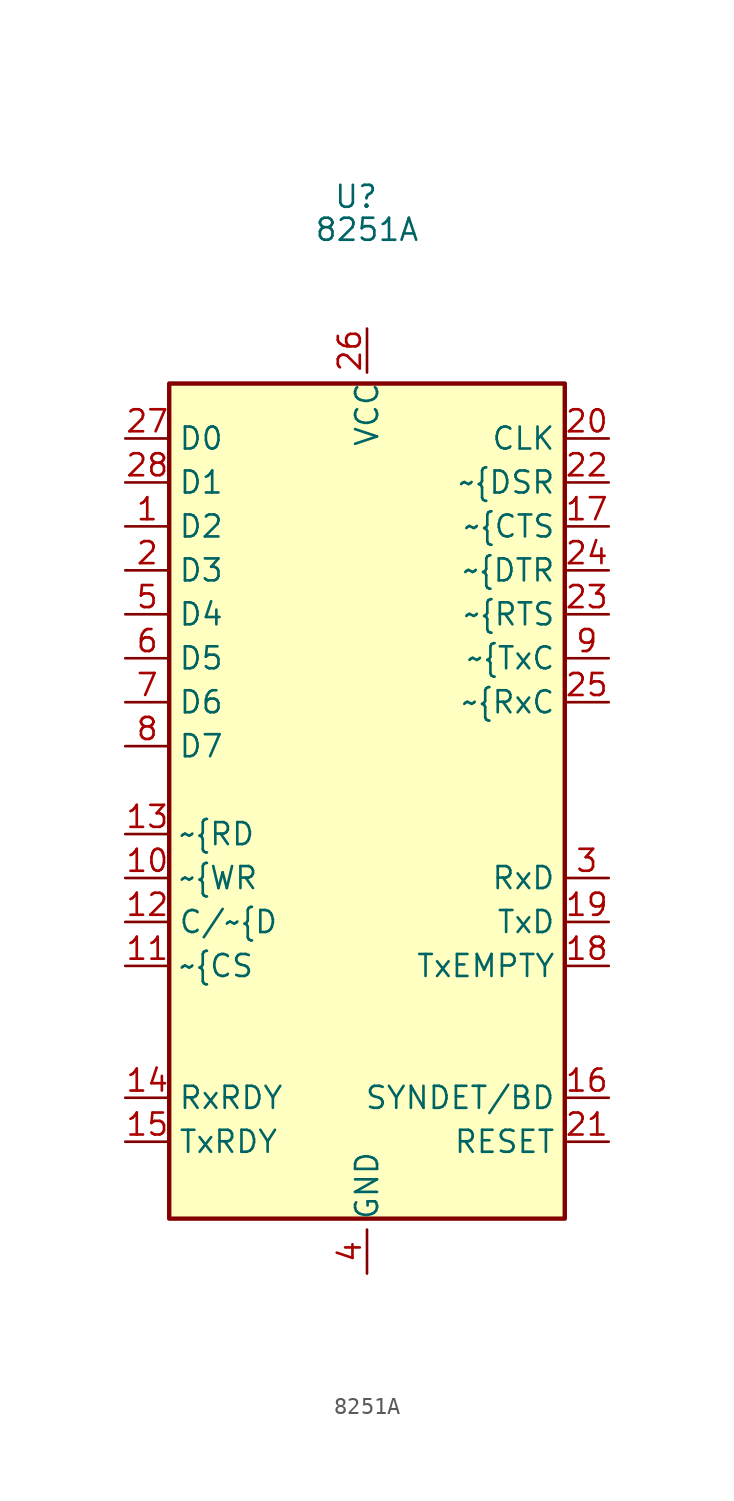
<source format=kicad_sym>
(kicad_symbol_lib
  (version 20211014)
  (generator kicad_symbol_editor)
  (symbol "8251A"
    (property "Reference" "U"
      (at -0.635 13.97 0)
      (effects (font (size 1.27 1.27))))
    (property "Value" "8251A"
      (at 0 12.065 0)
      (effects (font (size 1.27 1.27))))
    (symbol "8251A_0_1"
      (rectangle (start -11.43 3.175) (end 11.43 -45.085) (stroke (width 0.254) (type default) (color 0 0 0 0)) (fill (type background))))
    (symbol "8251A_1_1"
      (pin input line (at -13.97 -5.08 0) (length 2.54) (name "D2" (effects (font (size 1.27 1.27)))) (number "1" (effects (font (size 1.27 1.27)))))
      (pin input line (at -13.97 -25.4 0) (length 2.54) (name "~{WR" (effects (font (size 1.27 1.27)))) (number "10" (effects (font (size 1.27 1.27)))))
      (pin input line (at -13.97 -30.48 0) (length 2.54) (name "~{CS" (effects (font (size 1.27 1.27)))) (number "11" (effects (font (size 1.27 1.27)))))
      (pin input line (at -13.97 -27.94 0) (length 2.54) (name "C/~{D" (effects (font (size 1.27 1.27)))) (number "12" (effects (font (size 1.27 1.27)))))
      (pin input line (at -13.97 -22.86 0) (length 2.54) (name "~{RD" (effects (font (size 1.27 1.27)))) (number "13" (effects (font (size 1.27 1.27)))))
      (pin input line (at -13.97 -38.1 0) (length 2.54) (name "RxRDY" (effects (font (size 1.27 1.27)))) (number "14" (effects (font (size 1.27 1.27)))))
      (pin input line (at -13.97 -40.64 0) (length 2.54) (name "TxRDY" (effects (font (size 1.27 1.27)))) (number "15" (effects (font (size 1.27 1.27)))))
      (pin input line (at 13.97 -38.1 180) (length 2.54) (name "SYNDET/BD" (effects (font (size 1.27 1.27)))) (number "16" (effects (font (size 1.27 1.27)))))
      (pin input line (at 13.97 -5.08 180) (length 2.54) (name "~{CTS" (effects (font (size 1.27 1.27)))) (number "17" (effects (font (size 1.27 1.27)))))
      (pin input line (at 13.97 -30.48 180) (length 2.54) (name "TxEMPTY" (effects (font (size 1.27 1.27)))) (number "18" (effects (font (size 1.27 1.27)))))
      (pin input line (at 13.97 -27.94 180) (length 2.54) (name "TxD" (effects (font (size 1.27 1.27)))) (number "19" (effects (font (size 1.27 1.27)))))
      (pin input line (at -13.97 -7.62 0) (length 2.54) (name "D3" (effects (font (size 1.27 1.27)))) (number "2" (effects (font (size 1.27 1.27)))))
      (pin input line (at 13.97 0 180) (length 2.54) (name "CLK" (effects (font (size 1.27 1.27)))) (number "20" (effects (font (size 1.27 1.27)))))
      (pin input line (at 13.97 -40.64 180) (length 2.54) (name "RESET" (effects (font (size 1.27 1.27)))) (number "21" (effects (font (size 1.27 1.27)))))
      (pin input line (at 13.97 -2.54 180) (length 2.54) (name "~{DSR" (effects (font (size 1.27 1.27)))) (number "22" (effects (font (size 1.27 1.27)))))
      (pin input line (at 13.97 -10.16 180) (length 2.54) (name "~{RTS" (effects (font (size 1.27 1.27)))) (number "23" (effects (font (size 1.27 1.27)))))
      (pin input line (at 13.97 -7.62 180) (length 2.54) (name "~{DTR" (effects (font (size 1.27 1.27)))) (number "24" (effects (font (size 1.27 1.27)))))
      (pin input line (at 13.97 -15.24 180) (length 2.54) (name "~{RxC" (effects (font (size 1.27 1.27)))) (number "25" (effects (font (size 1.27 1.27)))))
      (pin input line (at 0 6.35 270) (length 2.54) (name "VCC" (effects (font (size 1.27 1.27)))) (number "26" (effects (font (size 1.27 1.27)))))
      (pin input line (at -13.97 0 0) (length 2.54) (name "D0" (effects (font (size 1.27 1.27)))) (number "27" (effects (font (size 1.27 1.27)))))
      (pin input line (at -13.97 -2.54 0) (length 2.54) (name "D1" (effects (font (size 1.27 1.27)))) (number "28" (effects (font (size 1.27 1.27)))))
      (pin input line (at 13.97 -25.4 180) (length 2.54) (name "RxD" (effects (font (size 1.27 1.27)))) (number "3" (effects (font (size 1.27 1.27)))))
      (pin input line (at 0 -48.26 90) (length 2.54) (name "GND" (effects (font (size 1.27 1.27)))) (number "4" (effects (font (size 1.27 1.27)))))
      (pin input line (at -13.97 -10.16 0) (length 2.54) (name "D4" (effects (font (size 1.27 1.27)))) (number "5" (effects (font (size 1.27 1.27)))))
      (pin input line (at -13.97 -12.7 0) (length 2.54) (name "D5" (effects (font (size 1.27 1.27)))) (number "6" (effects (font (size 1.27 1.27)))))
      (pin input line (at -13.97 -15.24 0) (length 2.54) (name "D6" (effects (font (size 1.27 1.27)))) (number "7" (effects (font (size 1.27 1.27)))))
      (pin input line (at -13.97 -17.78 0) (length 2.54) (name "D7" (effects (font (size 1.27 1.27)))) (number "8" (effects (font (size 1.27 1.27)))))
      (pin input line (at 13.97 -12.7 180) (length 2.54) (name "~{TxC" (effects (font (size 1.27 1.27)))) (number "9" (effects (font (size 1.27 1.27))))))))
</source>
